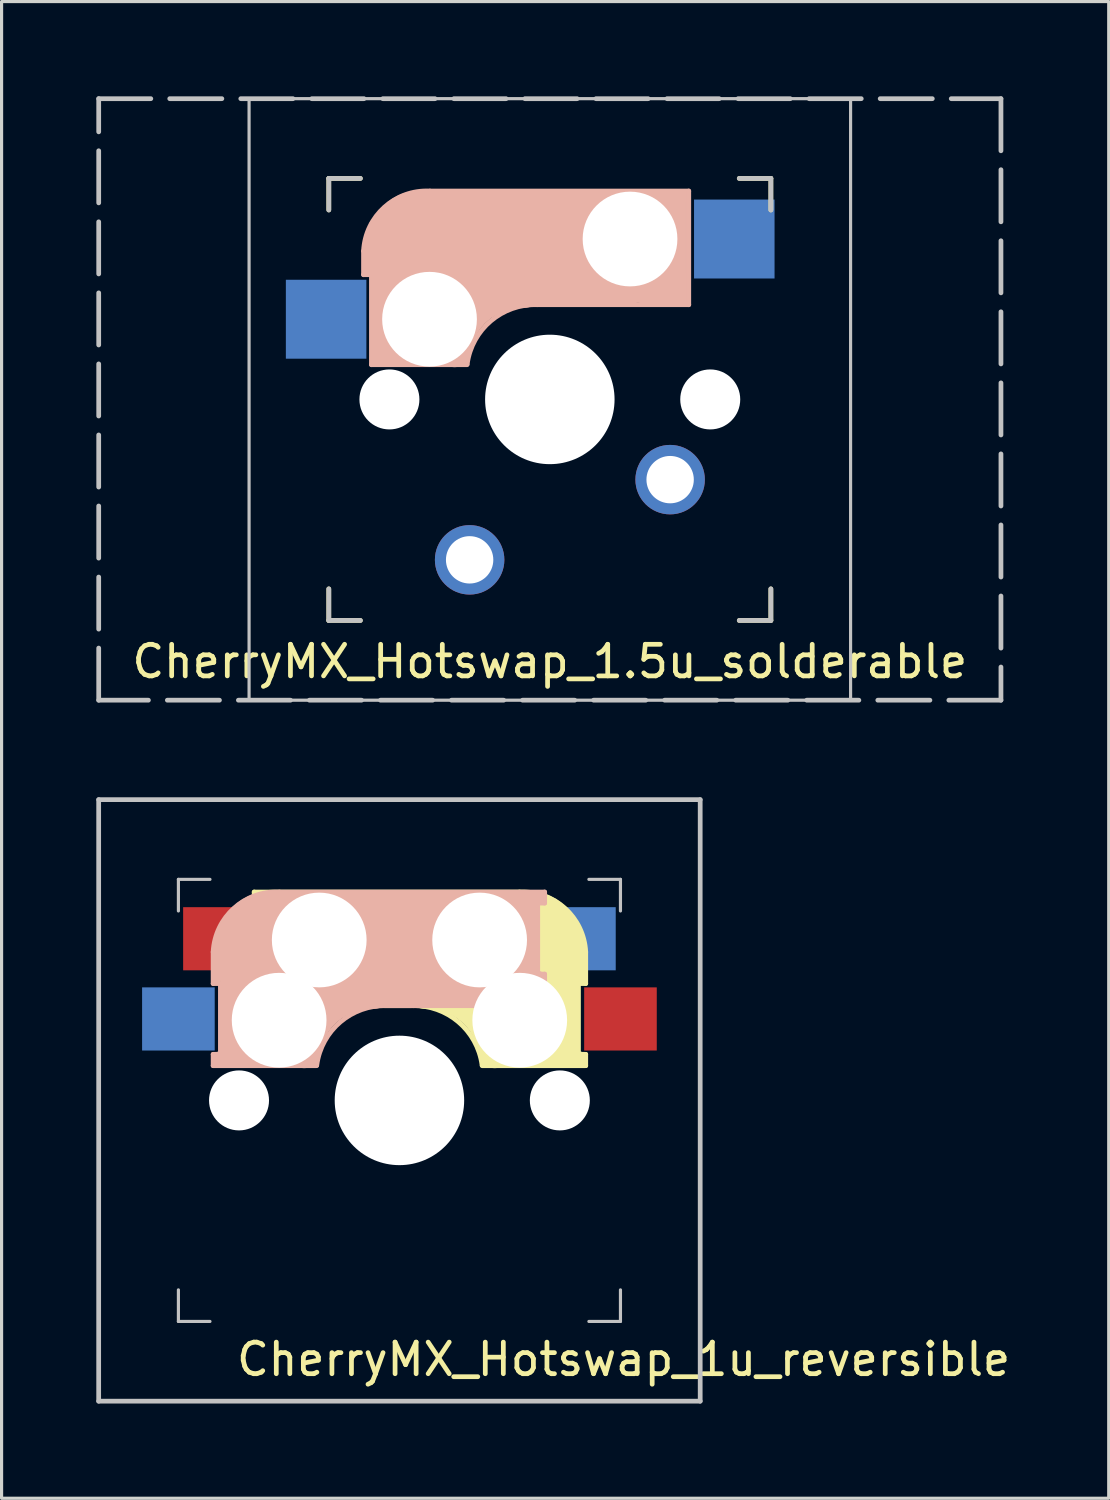
<source format=kicad_pcb>
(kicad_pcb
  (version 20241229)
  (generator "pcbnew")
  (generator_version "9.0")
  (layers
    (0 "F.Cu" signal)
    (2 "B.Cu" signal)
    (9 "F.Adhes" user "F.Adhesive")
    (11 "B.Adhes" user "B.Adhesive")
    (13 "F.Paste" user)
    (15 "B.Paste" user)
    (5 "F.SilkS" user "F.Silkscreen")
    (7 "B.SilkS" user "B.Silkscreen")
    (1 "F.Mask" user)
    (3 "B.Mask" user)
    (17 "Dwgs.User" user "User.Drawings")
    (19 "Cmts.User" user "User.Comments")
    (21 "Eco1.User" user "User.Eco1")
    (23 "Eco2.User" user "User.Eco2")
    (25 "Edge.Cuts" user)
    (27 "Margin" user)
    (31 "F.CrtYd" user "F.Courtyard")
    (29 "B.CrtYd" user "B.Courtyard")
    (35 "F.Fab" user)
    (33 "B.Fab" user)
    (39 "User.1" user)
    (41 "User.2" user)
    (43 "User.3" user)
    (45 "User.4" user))
  (footprint "CherryMX_Hotswap_1.5u_solderable"
    (layer "F.Cu")
    (at 14.363 9.6)
    (property "Reference" "CherryMX_Hotswap_1.5u_solderable" (at 0 8.3 0) (layer "F.SilkS") (effects (font (size 1 1) (thickness 0.15))))
    (attr through_hole)
    (fp_line (start -7 -7) (end -6 -7) (stroke (width 0.15) (type default)) (layer "F.SilkS"))
    (fp_line (start -7 -6) (end -7 -7) (stroke (width 0.15) (type default)) (layer "F.SilkS"))
    (fp_line (start -7 6) (end -7 7) (stroke (width 0.15) (type default)) (layer "F.SilkS"))
    (fp_line (start -7 7) (end -6 7) (stroke (width 0.15) (type default)) (layer "F.SilkS"))
    (fp_line (start 6 -7) (end 7 -7) (stroke (width 0.15) (type default)) (layer "F.SilkS"))
    (fp_line (start 7 -7) (end 7 -6) (stroke (width 0.15) (type default)) (layer "F.SilkS"))
    (fp_line (start 7 6) (end 7 7) (stroke (width 0.15) (type default)) (layer "F.SilkS"))
    (fp_line (start 7 7) (end 6 7) (stroke (width 0.15) (type default)) (layer "F.SilkS"))
    (fp_line (start -5.9 -4.7) (end -5.9 -3.95) (stroke (width 0.15) (type solid)) (layer "B.SilkS"))
    (fp_line (start -5.9 -3.95) (end -5.7 -3.95) (stroke (width 0.15) (type solid)) (layer "B.SilkS"))
    (fp_line (start -5.8 -4.05) (end -5.8 -4.7) (stroke (width 0.3) (type solid)) (layer "B.SilkS"))
    (fp_line (start -5.65 -5.55) (end -5.65 -1.1) (stroke (width 0.15) (type solid)) (layer "B.SilkS"))
    (fp_line (start -5.65 -1.1) (end -2.62 -1.1) (stroke (width 0.15) (type solid)) (layer "B.SilkS"))
    (fp_line (start -5.45 -1.3) (end -3 -1.3) (stroke (width 0.5) (type solid)) (layer "B.SilkS"))
    (fp_line (start -5.3 -1.6) (end -5.3 -3.4) (stroke (width 0.8) (type solid)) (layer "B.SilkS"))
    (fp_line (start -4.17 -5.1) (end -4.17 -2.86) (stroke (width 3) (type solid)) (layer "B.SilkS"))
    (fp_line (start -0.4 -3) (end 4.4 -3) (stroke (width 0.15) (type solid)) (layer "B.SilkS"))
    (fp_line (start 2.6 -4.8) (end -4.1 -4.8) (stroke (width 3.5) (type solid)) (layer "B.SilkS"))
    (fp_line (start 3.9 -6) (end 3.9 -3.5) (stroke (width 1) (type solid)) (layer "B.SilkS"))
    (fp_line (start 4.2 -3.25) (end 2.9 -3.3) (stroke (width 0.5) (type solid)) (layer "B.SilkS"))
    (fp_line (start 4.25 -6.4) (end 3 -6.4) (stroke (width 0.4) (type solid)) (layer "B.SilkS"))
    (fp_line (start 4.38 -4) (end 4.38 -6.25) (stroke (width 0.15) (type solid)) (layer "B.SilkS"))
    (fp_line (start 4.4 -6.6) (end -3.8 -6.6) (stroke (width 0.15) (type solid)) (layer "B.SilkS"))
    (fp_line (start 4.4 -3) (end 4.4 -6.6) (stroke (width 0.15) (type solid)) (layer "B.SilkS"))
    (fp_arc (start -5.9 -4.699999) (mid -5.243504 -6.084924) (end -3.800001 -6.6) (stroke (width 0.15) (type solid)) (layer "B.SilkS"))
    (fp_arc (start -3.016318 -1.521471) (mid -2.268709 -2.886118) (end -0.8 -3.4) (stroke (width 1) (type solid)) (layer "B.SilkS"))
    (fp_arc (start -2.616318 -1.121471) (mid -1.868709 -2.486118) (end -0.4 -3) (stroke (width 0.15) (type solid)) (layer "B.SilkS"))
    (fp_line (start -14.287 -9.525) (end 14.287 -9.525) (stroke (width 0.15) (type dash)) (layer "Dwgs.User"))
    (fp_line (start -14.287 9.525) (end -14.287 -9.525) (stroke (width 0.15) (type dash)) (layer "Dwgs.User"))
    (fp_line (start -7 -7) (end -6 -7) (stroke (width 0.15) (type solid)) (layer "Dwgs.User"))
    (fp_line (start -7 -6) (end -7 -7) (stroke (width 0.15) (type solid)) (layer "Dwgs.User"))
    (fp_line (start -7 6) (end -7 7) (stroke (width 0.15) (type solid)) (layer "Dwgs.User"))
    (fp_line (start -7 7) (end -6 7) (stroke (width 0.15) (type solid)) (layer "Dwgs.User"))
    (fp_line (start 6 7) (end 7 7) (stroke (width 0.15) (type solid)) (layer "Dwgs.User"))
    (fp_line (start 7 -7) (end 6 -7) (stroke (width 0.15) (type solid)) (layer "Dwgs.User"))
    (fp_line (start 7 -7) (end 7 -6) (stroke (width 0.15) (type solid)) (layer "Dwgs.User"))
    (fp_line (start 7 7) (end 7 6) (stroke (width 0.15) (type solid)) (layer "Dwgs.User"))
    (fp_line (start 14.287 -9.525) (end 14.287 9.525) (stroke (width 0.15) (type dash)) (layer "Dwgs.User"))
    (fp_line (start 14.287 9.525) (end -14.287 9.525) (stroke (width 0.15) (type dash)) (layer "Dwgs.User"))
    (fp_rect (start -9.525 -9.525) (end 9.525 9.525) (stroke (width 0.1) (type default)) (fill no) (layer "Dwgs.User"))
    (pad "" np_thru_hole circle (at -5.08 0) (size 1.9 1.9) (drill 1.9) (layers "*.Cu" "*.Mask"))
    (pad "" np_thru_hole circle (at -3.81 -2.54) (size 3 3) (drill 3) (layers "*.Cu" "*.Mask"))
    (pad "" np_thru_hole circle (at 0 0 90) (size 4.1 4.1) (drill 4.1) (layers "*.Cu" "*.Mask"))
    (pad "" np_thru_hole circle (at 2.54 -5.08) (size 3 3) (drill 3) (layers "*.Cu" "*.Mask"))
    (pad "" np_thru_hole circle (at 5.08 0) (size 1.9 1.9) (drill 1.9) (layers "*.Cu" "*.Mask"))
    (pad "1" smd rect (at -7.085 -2.54 180) (size 2.55 2.5) (layers "B.Cu" "B.Mask" "B.Paste"))
    (pad "1" thru_hole circle (at -2.54 5.08 180) (size 2.2 2.2) (drill 1.5) (layers "*.Cu" "*.Mask"))
    (pad "2" thru_hole circle (at 3.81 2.54 180) (size 2.2 2.2) (drill 1.5) (layers "*.Cu" "*.Mask"))
    (pad "2" smd rect (at 5.842 -5.08 180) (size 2.55 2.5) (layers "B.Cu" "B.Mask" "B.Paste")))
  (footprint "CherryMX_Hotswap_1u_reversible"
    (layer "F.Cu")
    (at 9.6 31.8)
    (property "Reference" "CherryMX_Hotswap_1u_reversible" (at 7.1 8.2 0) (layer "F.SilkS") (effects (font (size 1 1) (thickness 0.15))))
    (attr through_hole)
    (fp_line (start -4.6 -6.6) (end 3.8 -6.6) (stroke (width 0.15) (type solid)) (layer "F.SilkS"))
    (fp_line (start -4.6 -6.25) (end -4.6 -6.6) (stroke (width 0.15) (type solid)) (layer "F.SilkS"))
    (fp_line (start -4.6 -4) (end -4.4 -4) (stroke (width 0.15) (type solid)) (layer "F.SilkS"))
    (fp_line (start -4.6 -3) (end -4.6 -4) (stroke (width 0.15) (type solid)) (layer "F.SilkS"))
    (fp_line (start -4.4 -6.4) (end -3 -6.4) (stroke (width 0.4) (type solid)) (layer "F.SilkS"))
    (fp_line (start -4.4 -6.25) (end -4.6 -6.25) (stroke (width 0.15) (type solid)) (layer "F.SilkS"))
    (fp_line (start -4.4 -3.9) (end -4.4 -3.2) (stroke (width 0.4) (type solid)) (layer "F.SilkS"))
    (fp_line (start -4.38 -4) (end -4.38 -6.25) (stroke (width 0.15) (type solid)) (layer "F.SilkS"))
    (fp_line (start -4.3 -3.3) (end -2.9 -3.3) (stroke (width 0.5) (type solid)) (layer "F.SilkS"))
    (fp_line (start -3.9 -6) (end -3.9 -3.5) (stroke (width 1) (type solid)) (layer "F.SilkS"))
    (fp_line (start -2.6 -4.8) (end 4.1 -4.8) (stroke (width 3.5) (type solid)) (layer "F.SilkS"))
    (fp_line (start 0.4 -3) (end -4.6 -3) (stroke (width 0.15) (type solid)) (layer "F.SilkS"))
    (fp_line (start 4.17 -5.1) (end 4.17 -2.86) (stroke (width 3) (type solid)) (layer "F.SilkS"))
    (fp_line (start 5.3 -1.6) (end 5.3 -3.4) (stroke (width 0.8) (type solid)) (layer "F.SilkS"))
    (fp_line (start 5.67 -3.7) (end 5.67 -1.46) (stroke (width 0.15) (type solid)) (layer "F.SilkS"))
    (fp_line (start 5.7 -1.46) (end 5.9 -1.46) (stroke (width 0.15) (type solid)) (layer "F.SilkS"))
    (fp_line (start 5.7 -1.3) (end 3 -1.3) (stroke (width 0.5) (type solid)) (layer "F.SilkS"))
    (fp_line (start 5.8 -3.8) (end 5.8 -4.7) (stroke (width 0.3) (type solid)) (layer "F.SilkS"))
    (fp_line (start 5.9 -4.7) (end 5.9 -3.7) (stroke (width 0.15) (type solid)) (layer "F.SilkS"))
    (fp_line (start 5.9 -3.7) (end 5.7 -3.7) (stroke (width 0.15) (type solid)) (layer "F.SilkS"))
    (fp_line (start 5.9 -1.1) (end 2.62 -1.1) (stroke (width 0.15) (type solid)) (layer "F.SilkS"))
    (fp_line (start 5.9 -1.1) (end 5.9 -1.46) (stroke (width 0.15) (type solid)) (layer "F.SilkS"))
    (fp_arc (start 0.4 -3) (mid 1.868709 -2.486118) (end 2.616318 -1.121471) (stroke (width 0.15) (type solid)) (layer "F.SilkS"))
    (fp_arc (start 0.8 -3.4) (mid 2.268709 -2.886118) (end 3.016318 -1.521471) (stroke (width 1) (type solid)) (layer "F.SilkS"))
    (fp_arc (start 3.8 -6.600001) (mid 5.243504 -6.084925) (end 5.900001 -4.7) (stroke (width 0.15) (type solid)) (layer "F.SilkS"))
    (fp_line (start -5.9 -4.7) (end -5.9 -3.7) (stroke (width 0.15) (type solid)) (layer "B.SilkS"))
    (fp_line (start -5.9 -3.7) (end -5.7 -3.7) (stroke (width 0.15) (type solid)) (layer "B.SilkS"))
    (fp_line (start -5.9 -1.1) (end -5.9 -1.46) (stroke (width 0.15) (type solid)) (layer "B.SilkS"))
    (fp_line (start -5.9 -1.1) (end -2.62 -1.1) (stroke (width 0.15) (type solid)) (layer "B.SilkS"))
    (fp_line (start -5.8 -3.8) (end -5.8 -4.7) (stroke (width 0.3) (type solid)) (layer "B.SilkS"))
    (fp_line (start -5.7 -1.46) (end -5.9 -1.46) (stroke (width 0.15) (type solid)) (layer "B.SilkS"))
    (fp_line (start -5.7 -1.3) (end -3 -1.3) (stroke (width 0.5) (type solid)) (layer "B.SilkS"))
    (fp_line (start -5.67 -3.7) (end -5.67 -1.46) (stroke (width 0.15) (type solid)) (layer "B.SilkS"))
    (fp_line (start -5.3 -1.6) (end -5.3 -3.4) (stroke (width 0.8) (type solid)) (layer "B.SilkS"))
    (fp_line (start -4.17 -5.1) (end -4.17 -2.86) (stroke (width 3) (type solid)) (layer "B.SilkS"))
    (fp_line (start -0.4 -3) (end 4.6 -3) (stroke (width 0.15) (type solid)) (layer "B.SilkS"))
    (fp_line (start 2.6 -4.8) (end -4.1 -4.8) (stroke (width 3.5) (type solid)) (layer "B.SilkS"))
    (fp_line (start 3.9 -6) (end 3.9 -3.5) (stroke (width 1) (type solid)) (layer "B.SilkS"))
    (fp_line (start 4.3 -3.3) (end 2.9 -3.3) (stroke (width 0.5) (type solid)) (layer "B.SilkS"))
    (fp_line (start 4.38 -4) (end 4.38 -6.25) (stroke (width 0.15) (type solid)) (layer "B.SilkS"))
    (fp_line (start 4.4 -6.4) (end 3 -6.4) (stroke (width 0.4) (type solid)) (layer "B.SilkS"))
    (fp_line (start 4.4 -6.25) (end 4.6 -6.25) (stroke (width 0.15) (type solid)) (layer "B.SilkS"))
    (fp_line (start 4.4 -3.9) (end 4.4 -3.2) (stroke (width 0.4) (type solid)) (layer "B.SilkS"))
    (fp_line (start 4.6 -6.6) (end -3.8 -6.6) (stroke (width 0.15) (type solid)) (layer "B.SilkS"))
    (fp_line (start 4.6 -6.25) (end 4.6 -6.6) (stroke (width 0.15) (type solid)) (layer "B.SilkS"))
    (fp_line (start 4.6 -4) (end 4.4 -4) (stroke (width 0.15) (type solid)) (layer "B.SilkS"))
    (fp_line (start 4.6 -3) (end 4.6 -4) (stroke (width 0.15) (type solid)) (layer "B.SilkS"))
    (fp_arc (start -5.9 -4.699999) (mid -5.243504 -6.084924) (end -3.800001 -6.6) (stroke (width 0.15) (type solid)) (layer "B.SilkS"))
    (fp_arc (start -3.016318 -1.521471) (mid -2.268709 -2.886118) (end -0.8 -3.4) (stroke (width 1) (type solid)) (layer "B.SilkS"))
    (fp_arc (start -2.616318 -1.121471) (mid -1.868709 -2.486118) (end -0.4 -3) (stroke (width 0.15) (type solid)) (layer "B.SilkS"))
    (fp_line (start -9.525 -9.525) (end 9.525 -9.525) (stroke (width 0.15) (type solid)) (layer "Dwgs.User"))
    (fp_line (start -9.525 9.525) (end -9.525 -9.525) (stroke (width 0.15) (type solid)) (layer "Dwgs.User"))
    (fp_line (start -7 -7) (end -7 -6) (stroke (width 0.1) (type default)) (layer "Dwgs.User"))
    (fp_line (start -7 6) (end -7 7) (stroke (width 0.1) (type default)) (layer "Dwgs.User"))
    (fp_line (start -7 7) (end -6 7) (stroke (width 0.1) (type default)) (layer "Dwgs.User"))
    (fp_line (start -6 -7) (end -7 -7) (stroke (width 0.1) (type default)) (layer "Dwgs.User"))
    (fp_line (start 6 7) (end 7 7) (stroke (width 0.1) (type default)) (layer "Dwgs.User"))
    (fp_line (start 7 -7) (end 6 -7) (stroke (width 0.1) (type default)) (layer "Dwgs.User"))
    (fp_line (start 7 -6) (end 7 -7) (stroke (width 0.1) (type default)) (layer "Dwgs.User"))
    (fp_line (start 7 7) (end 7 6) (stroke (width 0.1) (type default)) (layer "Dwgs.User"))
    (fp_line (start 9.525 -9.525) (end 9.525 9.525) (stroke (width 0.15) (type solid)) (layer "Dwgs.User"))
    (fp_line (start 9.525 9.525) (end -9.525 9.525) (stroke (width 0.15) (type solid)) (layer "Dwgs.User"))
    (pad "" np_thru_hole circle (at -5.08 0) (size 1.9 1.9) (drill 1.9) (layers "*.Cu" "*.Mask"))
    (pad "" np_thru_hole circle (at -3.81 -2.54 180) (size 3 3) (drill 3) (layers "*.Cu" "*.Mask"))
    (pad "" np_thru_hole circle (at -2.54 -5.08 180) (size 3 3) (drill 3) (layers "*.Cu" "*.Mask"))
    (pad "" np_thru_hole circle (at 0 0 90) (size 4.1 4.1) (drill 4.1) (layers "*.Cu" "*.Mask"))
    (pad "" np_thru_hole circle (at 2.54 -5.08 180) (size 3 3) (drill 3) (layers "*.Cu" "*.Mask"))
    (pad "" np_thru_hole circle (at 3.81 -2.54 180) (size 3 3) (drill 3) (layers "*.Cu" "*.Mask"))
    (pad "" np_thru_hole circle (at 5.08 0) (size 1.9 1.9) (drill 1.9) (layers "*.Cu" "*.Mask"))
    (pad "1" smd rect (at -7 -2.58 180) (size 2.3 2) (layers "B.Cu" "B.Mask" "B.Paste"))
    (pad "1" smd rect (at 7 -2.58 180) (size 2.3 2) (layers "F.Cu" "F.Mask" "F.Paste"))
    (pad "2" smd rect (at -5.7 -5.12 180) (size 2.3 2) (layers "F.Cu" "F.Mask" "F.Paste"))
    (pad "2" smd rect (at 5.7 -5.12 180) (size 2.3 2) (layers "B.Cu" "B.Mask" "B.Paste")))
  (gr_rect
    (start -3 -3)
    (end 32.063 44.4)
    (stroke (width 0.1) (type default))
    (fill no)
    (layer "Edge.Cuts")))
</source>
